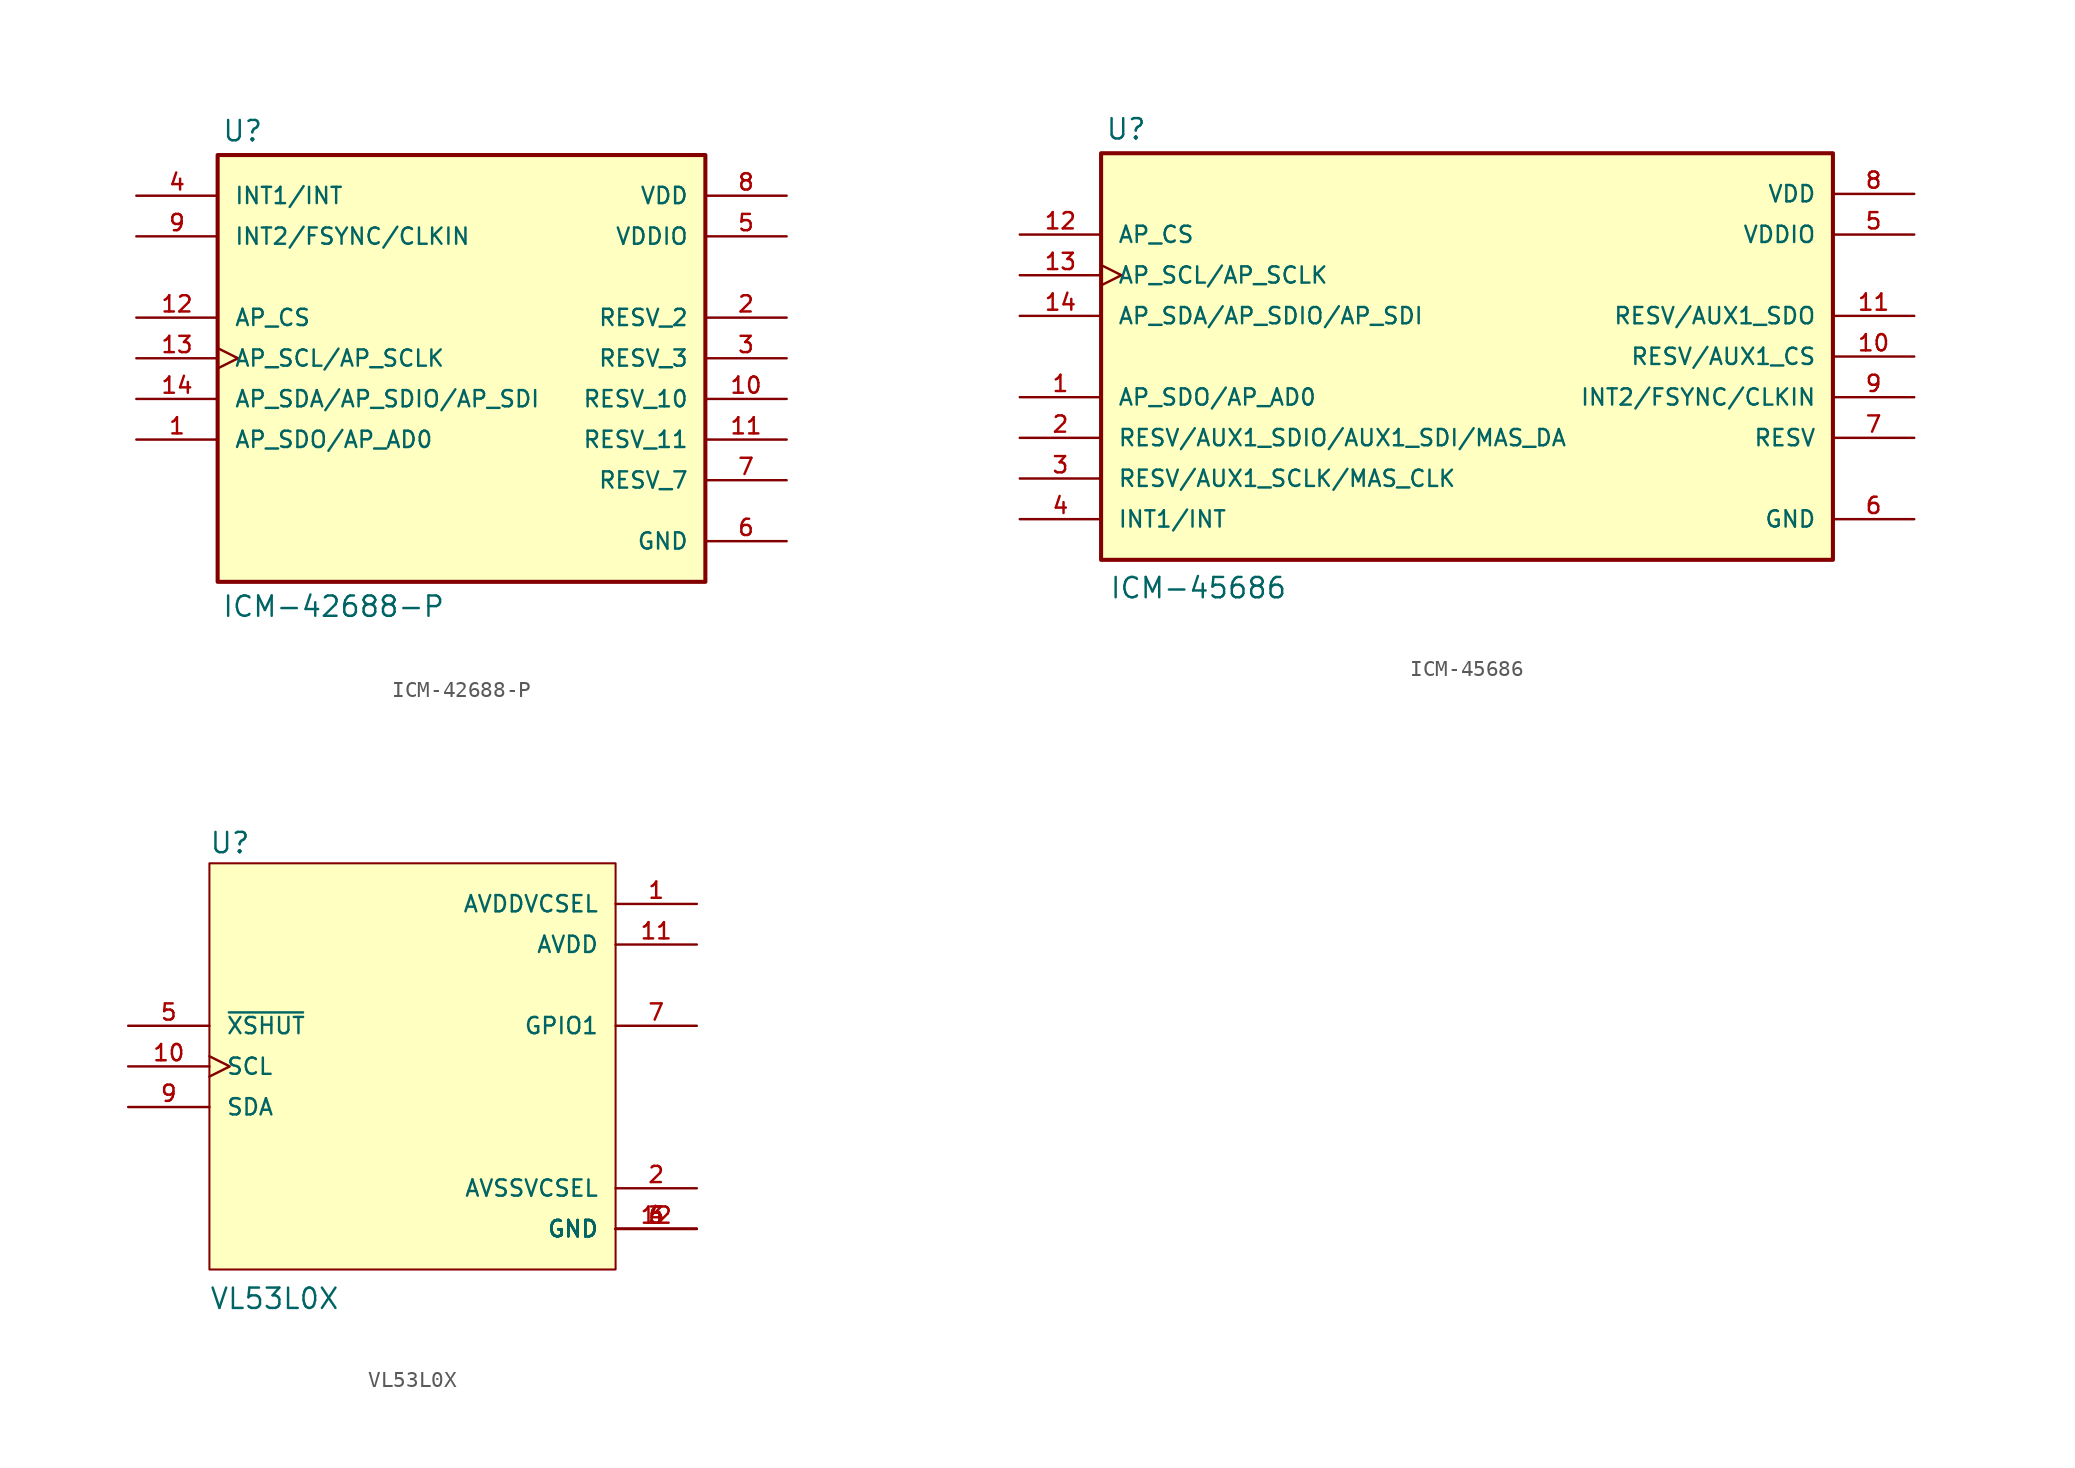
<source format=kicad_sym>
(kicad_symbol_lib
  (version 20231120)
  (generator "kicad_symbol_editor")
  (generator_version "8.0")
  (symbol "ICM-42688-P"
    (pin_names
      (offset 1.016))
    (property "Reference" "U"
      (at -14.986 13.462 0)
      (effects (font (size 1.27 1.27)) (justify left bottom)))
    (property "Value" "ICM-42688-P"
      (at -14.986 -16.256 0)
      (effects (font (size 1.27 1.27)) (justify left bottom)))
    (symbol "ICM-42688-P_0_0"
      (rectangle (start -15.24 12.7) (end 15.24 -13.97) (stroke (width 0.254) (type default)) (fill (type background)))
      (pin bidirectional line (at -20.32 -5.08 0) (length 5.08) (name "AP_SDO/AP_AD0" (effects (font (size 1.016 1.016)))) (number "1" (effects (font (size 1.016 1.016)))))
      (pin passive line (at 20.32 -2.54 180) (length 5.08) (name "RESV_10" (effects (font (size 1.016 1.016)))) (number "10" (effects (font (size 1.016 1.016)))))
      (pin passive line (at 20.32 -5.08 180) (length 5.08) (name "RESV_11" (effects (font (size 1.016 1.016)))) (number "11" (effects (font (size 1.016 1.016)))))
      (pin input line (at -20.32 2.54 0) (length 5.08) (name "AP_CS" (effects (font (size 1.016 1.016)))) (number "12" (effects (font (size 1.016 1.016)))))
      (pin input clock (at -20.32 0 0) (length 5.08) (name "AP_SCL/AP_SCLK" (effects (font (size 1.016 1.016)))) (number "13" (effects (font (size 1.016 1.016)))))
      (pin bidirectional line (at -20.32 -2.54 0) (length 5.08) (name "AP_SDA/AP_SDIO/AP_SDI" (effects (font (size 1.016 1.016)))) (number "14" (effects (font (size 1.016 1.016)))))
      (pin passive line (at 20.32 2.54 180) (length 5.08) (name "RESV_2" (effects (font (size 1.016 1.016)))) (number "2" (effects (font (size 1.016 1.016)))))
      (pin passive line (at 20.32 0 180) (length 5.08) (name "RESV_3" (effects (font (size 1.016 1.016)))) (number "3" (effects (font (size 1.016 1.016)))))
      (pin output line (at -20.32 10.16 0) (length 5.08) (name "INT1/INT" (effects (font (size 1.016 1.016)))) (number "4" (effects (font (size 1.016 1.016)))))
      (pin power_in line (at 20.32 7.62 180) (length 5.08) (name "VDDIO" (effects (font (size 1.016 1.016)))) (number "5" (effects (font (size 1.016 1.016)))))
      (pin power_in line (at 20.32 -11.43 180) (length 5.08) (name "GND" (effects (font (size 1.016 1.016)))) (number "6" (effects (font (size 1.016 1.016)))))
      (pin passive line (at 20.32 -7.62 180) (length 5.08) (name "RESV_7" (effects (font (size 1.016 1.016)))) (number "7" (effects (font (size 1.016 1.016)))))
      (pin power_in line (at 20.32 10.16 180) (length 5.08) (name "VDD" (effects (font (size 1.016 1.016)))) (number "8" (effects (font (size 1.016 1.016)))))
      (pin bidirectional line (at -20.32 7.62 0) (length 5.08) (name "INT2/FSYNC/CLKIN" (effects (font (size 1.016 1.016)))) (number "9" (effects (font (size 1.016 1.016)))))))
  (symbol "ICM-45686"
    (pin_names
      (offset 1.016))
    (property "Reference" "U"
      (at -40.386 18.542 0)
      (effects (font (size 1.27 1.27)) (justify left bottom)))
    (property "Value" "ICM-45686"
      (at -40.132 -8.636 0)
      (effects (font (size 1.27 1.27)) (justify left top)))
    (symbol "ICM-45686_0_0"
      (rectangle (start -40.64 17.78) (end 5.08 -7.62) (stroke (width 0.254) (type default)) (fill (type background)))
      (pin bidirectional line (at -45.72 2.54 0) (length 5.08) (name "AP_SDO/AP_AD0" (effects (font (size 1.016 1.016)))) (number "1" (effects (font (size 1.016 1.016)))))
      (pin input line (at 10.16 5.08 180) (length 5.08) (name "RESV/AUX1_CS" (effects (font (size 1.016 1.016)))) (number "10" (effects (font (size 1.016 1.016)))))
      (pin output line (at 10.16 7.62 180) (length 5.08) (name "RESV/AUX1_SDO" (effects (font (size 1.016 1.016)))) (number "11" (effects (font (size 1.016 1.016)))))
      (pin input line (at -45.72 12.7 0) (length 5.08) (name "AP_CS" (effects (font (size 1.016 1.016)))) (number "12" (effects (font (size 1.016 1.016)))))
      (pin input clock (at -45.72 10.16 0) (length 5.08) (name "AP_SCL/AP_SCLK" (effects (font (size 1.016 1.016)))) (number "13" (effects (font (size 1.016 1.016)))))
      (pin bidirectional line (at -45.72 7.62 0) (length 5.08) (name "AP_SDA/AP_SDIO/AP_SDI" (effects (font (size 1.016 1.016)))) (number "14" (effects (font (size 1.016 1.016)))))
      (pin bidirectional line (at -45.72 0 0) (length 5.08) (name "RESV/AUX1_SDIO/AUX1_SDI/MAS_DA" (effects (font (size 1.016 1.016)))) (number "2" (effects (font (size 1.016 1.016)))))
      (pin bidirectional line (at -45.72 -2.54 0) (length 5.08) (name "RESV/AUX1_SCLK/MAS_CLK" (effects (font (size 1.016 1.016)))) (number "3" (effects (font (size 1.016 1.016)))))
      (pin output line (at -45.72 -5.08 0) (length 5.08) (name "INT1/INT" (effects (font (size 1.016 1.016)))) (number "4" (effects (font (size 1.016 1.016)))))
      (pin power_in line (at 10.16 12.7 180) (length 5.08) (name "VDDIO" (effects (font (size 1.016 1.016)))) (number "5" (effects (font (size 1.016 1.016)))))
      (pin power_in line (at 10.16 -5.08 180) (length 5.08) (name "GND" (effects (font (size 1.016 1.016)))) (number "6" (effects (font (size 1.016 1.016)))))
      (pin passive line (at 10.16 0 180) (length 5.08) (name "RESV" (effects (font (size 1.016 1.016)))) (number "7" (effects (font (size 1.016 1.016)))))
      (pin power_in line (at 10.16 15.24 180) (length 5.08) (name "VDD" (effects (font (size 1.016 1.016)))) (number "8" (effects (font (size 1.016 1.016)))))
      (pin bidirectional line (at 10.16 2.54 180) (length 5.08) (name "INT2/FSYNC/CLKIN" (effects (font (size 1.016 1.016)))) (number "9" (effects (font (size 1.016 1.016)))))))
  (symbol "VL53L0X"
    (pin_names
      (offset 1.016))
    (property "Reference" "U"
      (at -12.724 13.233 0)
      (effects (font (size 1.27 1.27)) (justify left bottom)))
    (property "Value" "VL53L0X"
      (at -12.72 -15.265 0)
      (effects (font (size 1.27 1.27)) (justify left bottom)))
    (symbol "VL53L0X_0_0"
      (rectangle (start -12.7 -12.7) (end 12.7 12.7) (stroke (width 0.127) (type default)) (fill (type background)))
      (pin power_in line (at 17.78 10.16 180) (length 5.08) (name "AVDDVCSEL" (effects (font (size 1.016 1.016)))) (number "1" (effects (font (size 1.016 1.016)))))
      (pin input clock (at -17.78 0 0) (length 5.08) (name "SCL" (effects (font (size 1.016 1.016)))) (number "10" (effects (font (size 1.016 1.016)))))
      (pin power_in line (at 17.78 7.62 180) (length 5.08) (name "AVDD" (effects (font (size 1.016 1.016)))) (number "11" (effects (font (size 1.016 1.016)))))
      (pin power_in line (at 17.78 -10.16 180) (length 5.08) (name "GND" (effects (font (size 1.016 1.016)))) (number "12" (effects (font (size 1.016 1.016)))))
      (pin power_in line (at 17.78 -7.62 180) (length 5.08) (name "AVSSVCSEL" (effects (font (size 1.016 1.016)))) (number "2" (effects (font (size 1.016 1.016)))))
      (pin power_in line (at 17.78 -10.16 180) (length 5.08) (name "GND" (effects (font (size 1.016 1.016)))) (number "3" (effects (font (size 1.016 1.016)))))
      (pin power_in line (at 17.78 -10.16 180) (length 5.08) (name "GND" (effects (font (size 1.016 1.016)))) (number "4" (effects (font (size 1.016 1.016)))))
      (pin input line (at -17.78 2.54 0) (length 5.08) (name "~{XSHUT}" (effects (font (size 1.016 1.016)))) (number "5" (effects (font (size 1.016 1.016)))))
      (pin power_in line (at 17.78 -10.16 180) (length 5.08) (name "GND" (effects (font (size 1.016 1.016)))) (number "6" (effects (font (size 1.016 1.016)))))
      (pin output line (at 17.78 2.54 180) (length 5.08) (name "GPIO1" (effects (font (size 1.016 1.016)))) (number "7" (effects (font (size 1.016 1.016)))))
      (pin bidirectional line (at -17.78 -2.54 0) (length 5.08) (name "SDA" (effects (font (size 1.016 1.016)))) (number "9" (effects (font (size 1.016 1.016))))))))
</source>
